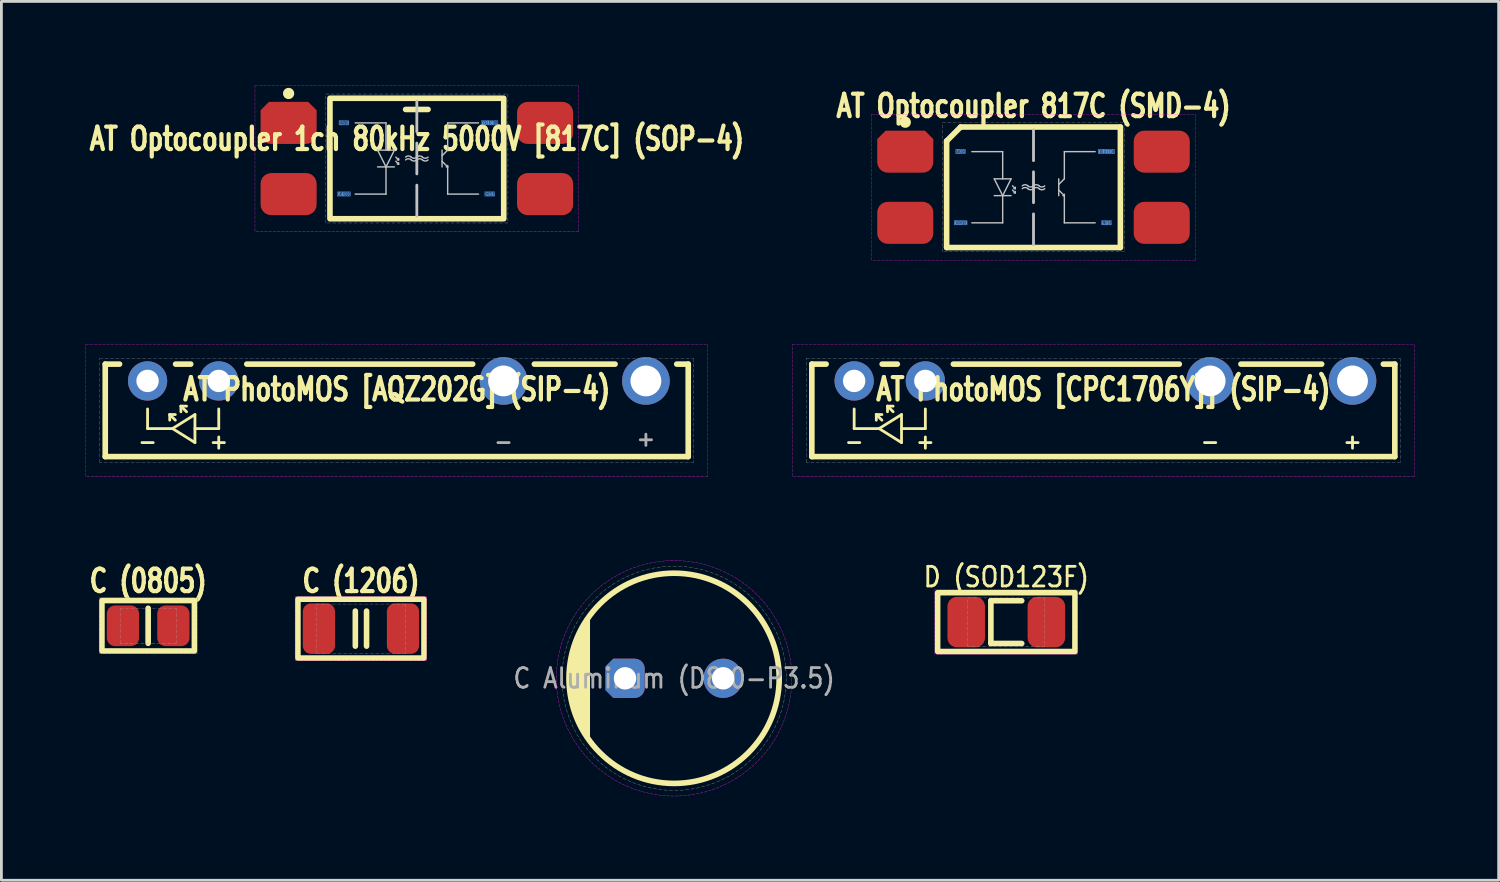
<source format=kicad_pcb>
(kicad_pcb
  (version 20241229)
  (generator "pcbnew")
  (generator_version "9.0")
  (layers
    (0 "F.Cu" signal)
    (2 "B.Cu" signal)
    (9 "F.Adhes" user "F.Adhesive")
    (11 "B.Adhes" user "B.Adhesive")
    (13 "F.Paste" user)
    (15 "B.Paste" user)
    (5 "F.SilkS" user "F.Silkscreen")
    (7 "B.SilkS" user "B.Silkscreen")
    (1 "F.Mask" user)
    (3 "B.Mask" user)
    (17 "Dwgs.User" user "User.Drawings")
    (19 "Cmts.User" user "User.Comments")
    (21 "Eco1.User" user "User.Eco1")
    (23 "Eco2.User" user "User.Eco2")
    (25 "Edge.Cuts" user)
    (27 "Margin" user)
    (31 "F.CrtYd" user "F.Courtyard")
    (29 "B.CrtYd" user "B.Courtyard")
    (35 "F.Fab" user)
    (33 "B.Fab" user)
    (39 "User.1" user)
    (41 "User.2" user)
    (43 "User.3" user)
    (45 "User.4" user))
  (footprint "D (SOD123F)"
    (layer "F.Cu")
    (at 32.853 19.146)
    (property "Reference" "D (SOD123F)" (at 0 -1.2 0) (unlocked yes) (layer "F.SilkS") (effects (font (size 0.7 0.6) (thickness 0.1)) (justify bottom)))
    (attr smd)
    (fp_line (start -0.55 0.762) (end -0.55 -0.762) (stroke (width 0.2) (type default)) (layer "F.SilkS"))
    (fp_line (start 0.55 -0.762) (end -0.55 -0.762) (stroke (width 0.2) (type default)) (layer "F.SilkS"))
    (fp_line (start 0.55 0.762) (end -0.55 0.762) (stroke (width 0.2) (type default)) (layer "F.SilkS"))
    (fp_rect (start -2.45 -1.05) (end 2.45 1.05) (stroke (width 0.2) (type default)) (fill no) (layer "F.SilkS"))
    (fp_rect (start -2.55 -1.15) (end 2.55 1.15) (stroke (width 0.01) (type dash)) (fill no) (layer "F.CrtYd"))
    (fp_rect (start -1.375 -0.863) (end 1.375 0.863) (stroke (width 0.01) (type dash_dot)) (fill no) (layer "F.Fab"))
    (pad "1" smd roundrect (at -1.43 0) (size 1.34 1.8) (layers "F.Cu" "F.Mask" "F.Paste") (roundrect_rratio 0.25))
    (pad "2" smd roundrect (at 1.43 0) (size 1.34 1.8) (layers "F.Cu" "F.Mask" "F.Paste") (roundrect_rratio 0.25)))
  (footprint "C (1206)"
    (layer "F.Cu")
    (at 9.828 19.378)
    (property "Reference" "C (1206)" (at 0 -1.7 0) (layer "F.SilkS") (effects (font (size 0.8 0.6) (thickness 0.15) (bold yes))))
    (attr smd)
    (fp_line (start -0.2 -0.625) (end -0.2 0.625) (stroke (width 0.2) (type default)) (layer "F.SilkS"))
    (fp_line (start 0.2 -0.625) (end 0.2 0.625) (stroke (width 0.2) (type default)) (layer "F.SilkS"))
    (fp_rect (start -2.25 -1.05) (end 2.25 1.05) (stroke (width 0.2) (type default)) (fill no) (layer "F.SilkS"))
    (fp_rect (start -2.35 -1.15) (end 2.35 1.15) (stroke (width 0.01) (type dash)) (fill no) (layer "F.CrtYd"))
    (fp_rect (start -1.6 -0.875) (end 1.6 0.875) (stroke (width 0.01) (type dash_dot)) (fill no) (layer "F.Fab"))
    (pad "1" smd roundrect (at -1.5 0) (size 1.15 1.8) (layers "F.Cu" "F.Mask" "F.Paste") (roundrect_rratio 0.25))
    (pad "2" smd roundrect (at 1.5 0) (size 1.15 1.8) (layers "F.Cu" "F.Mask" "F.Paste") (roundrect_rratio 0.25)))
  (footprint "C (0805)"
    (layer "F.Cu")
    (at 2.236 19.277)
    (property "Reference" "C (0805)" (at 0 -1.6 0) (layer "F.SilkS") (effects (font (size 0.8 0.6) (thickness 0.15) (bold yes))))
    (attr smd)
    (fp_line (start 0 -0.625) (end 0 0.625) (stroke (width 0.2) (type default)) (layer "F.SilkS"))
    (fp_rect (start -1.65 -0.9) (end 1.65 0.9) (stroke (width 0.2) (type default)) (fill no) (layer "F.SilkS"))
    (fp_rect (start -1.75 -1) (end 1.75 1) (stroke (width 0.01) (type dash)) (fill no) (layer "F.CrtYd"))
    (fp_rect (start -1 -0.625) (end 1 0.625) (stroke (width 0.01) (type dash_dot)) (fill no) (layer "F.Fab"))
    (pad "1" smd roundrect (at -0.9 0) (size 1.15 1.45) (layers "F.Cu" "F.Mask" "F.Paste") (roundrect_rratio 0.25))
    (pad "2" smd roundrect (at 0.9 0) (size 1.15 1.45) (layers "F.Cu" "F.Mask" "F.Paste") (roundrect_rratio 0.25)))
  (footprint "AT PhotoMOS [AQZ202G] (SIP-4)"
    (layer "F.Cu")
    (at 11.105 10.541)
    (property "Reference" "AT PhotoMOS [AQZ202G] (SIP-4)" (at 0 0.3 0) (layer "F.SilkS") (effects (font (size 0.8 0.6) (thickness 0.15) (bold yes))))
    (attr through_hole)
    (fp_line (start -10.4 -0.6) (end -10.4 2.7) (stroke (width 0.2) (type solid)) (layer "F.SilkS"))
    (fp_line (start -10.4 -0.6) (end -9.89 -0.6) (stroke (width 0.2) (type solid)) (layer "F.SilkS"))
    (fp_line (start -10.4 2.7) (end 10.4 2.7) (stroke (width 0.2) (type solid)) (layer "F.SilkS"))
    (fp_line (start -8.89 1.7) (end -8.89 1) (stroke (width 0.1) (type solid)) (layer "F.SilkS"))
    (fp_line (start -8.89 1.7) (end -8 1.7) (stroke (width 0.1) (type solid)) (layer "F.SilkS"))
    (fp_line (start -8.69 2.2) (end -9.09 2.2) (stroke (width 0.1) (type solid)) (layer "F.SilkS"))
    (fp_line (start -8.1 1.2) (end -8.1 1.4) (stroke (width 0.1) (type solid)) (layer "F.SilkS"))
    (fp_line (start -8.1 1.2) (end -7.9 1.4) (stroke (width 0.1) (type solid)) (layer "F.SilkS"))
    (fp_line (start -8 1.7) (end -7.2 1.2) (stroke (width 0.1) (type solid)) (layer "F.SilkS"))
    (fp_line (start -8 1.7) (end -7.2 2.2) (stroke (width 0.1) (type solid)) (layer "F.SilkS"))
    (fp_line (start -7.9 1.2) (end -8.1 1.2) (stroke (width 0.1) (type solid)) (layer "F.SilkS"))
    (fp_line (start -7.7 0.9) (end -7.7 1.1) (stroke (width 0.1) (type solid)) (layer "F.SilkS"))
    (fp_line (start -7.7 0.9) (end -7.5 1.1) (stroke (width 0.1) (type solid)) (layer "F.SilkS"))
    (fp_line (start -7.5 0.9) (end -7.7 0.9) (stroke (width 0.1) (type solid)) (layer "F.SilkS"))
    (fp_line (start -7.35 -0.6) (end -7.89 -0.6) (stroke (width 0.2) (type solid)) (layer "F.SilkS"))
    (fp_line (start -7.2 1.7) (end -6.35 1.7) (stroke (width 0.1) (type solid)) (layer "F.SilkS"))
    (fp_line (start -7.2 2.2) (end -7.2 1.2) (stroke (width 0.1) (type solid)) (layer "F.SilkS"))
    (fp_line (start -6.35 1.7) (end -6.35 1) (stroke (width 0.1) (type solid)) (layer "F.SilkS"))
    (fp_line (start -6.35 2.4) (end -6.35 2) (stroke (width 0.1) (type solid)) (layer "F.SilkS"))
    (fp_line (start -6.15 2.2) (end -6.55 2.2) (stroke (width 0.1) (type solid)) (layer "F.SilkS"))
    (fp_line (start -5.35 -0.6) (end 2.71 -0.6) (stroke (width 0.2) (type solid)) (layer "F.SilkS"))
    (fp_line (start 4.91 -0.6) (end 7.79 -0.6) (stroke (width 0.2) (type solid)) (layer "F.SilkS"))
    (fp_line (start 9.99 -0.6) (end 10.4 -0.6) (stroke (width 0.2) (type solid)) (layer "F.SilkS"))
    (fp_line (start 10.4 -0.6) (end 10.4 2.7) (stroke (width 0.2) (type solid)) (layer "F.SilkS"))
    (fp_rect (start -11.1 -1.3) (end 11.1 3.4) (stroke (width 0.01) (type dash)) (fill no) (layer "F.CrtYd"))
    (fp_line (start 4.01 2.2) (end 3.61 2.2) (stroke (width 0.1) (type solid)) (layer "F.Fab"))
    (fp_line (start 8.89 2.3) (end 8.89 1.9) (stroke (width 0.1) (type solid)) (layer "F.Fab"))
    (fp_line (start 9.09 2.1) (end 8.69 2.1) (stroke (width 0.1) (type solid)) (layer "F.Fab"))
    (fp_rect (start -10.6 -0.8) (end 10.6 2.9) (stroke (width 0.01) (type dash_dot)) (fill no) (layer "F.Fab"))
    (pad "1" thru_hole circle (at -8.89 0) (size 1.4 1.4) (drill 0.8) (layers "*.Cu" "*.Mask"))
    (pad "2" thru_hole circle (at -6.35 0) (size 1.4 1.4) (drill 0.8) (layers "*.Cu" "*.Mask"))
    (pad "3" thru_hole circle (at 3.81 0) (size 1.7 1.7) (drill 1.1) (layers "*.Cu" "*.Mask"))
    (pad "4" thru_hole circle (at 8.89 0) (size 1.7 1.7) (drill 1.1) (layers "*.Cu" "*.Mask")))
  (footprint "C Aluminum (D8.0-P3.5)"
    (layer "F.Cu")
    (at 21.001 21.151)
    (property "Reference" "C Aluminum (D8.0-P3.5)" (at 0 0 0) (unlocked yes) (layer "F.Fab") (effects (font (size 0.7 0.6) (thickness 0.1))))
    (attr through_hole)
    (fp_circle (center 0 0) (end 3.75 0) (stroke (width 0.2) (type default)) (fill no) (layer "F.SilkS"))
    (fp_poly (pts (xy -3 -2.2) (xy -3.5 -1.3) (xy -3.75 0) (xy -3.5 1.4) (xy -3 2.2)) (stroke (width 0) (type solid)) (fill yes) (layer "F.SilkS"))
    (fp_circle (center 0 0) (end 4.2 0) (stroke (width 0.01) (type dash)) (fill no) (layer "F.CrtYd"))
    (fp_circle (center 0 0) (end 4 0) (stroke (width 0.01) (type dash_dot)) (fill no) (layer "F.Fab"))
    (fp_text user "-" (at -1.75 -0.7 0) (unlocked yes) (layer "User.7") (effects (font (size 0.13 0.07) (thickness 0.014) (bold yes)) (justify bottom)))
    (fp_text user "+" (at 1.75 -0.7 0) (unlocked yes) (layer "User.7") (effects (font (size 0.13 0.07) (thickness 0.014) (bold yes)) (justify bottom)))
    (pad "1" thru_hole roundrect (at -1.75 0) (size 1.4 1.4) (drill 0.8) (layers "*.Cu" "B.Mask") (roundrect_rratio 0.25) (chamfer_ratio 0.2) (chamfer top_left bottom_left))
    (pad "2" thru_hole circle (at 1.75 0) (size 1.4 1.4) (drill 0.8) (layers "*.Cu" "B.Mask")))
  (footprint "AT PhotoMOS [CPC1706Y]] (SIP-4)"
    (layer "F.Cu")
    (at 36.315 10.541)
    (property "Reference" "AT PhotoMOS [CPC1706Y]] (SIP-4)" (at 0 0.3 0) (layer "F.SilkS") (effects (font (size 0.8 0.6) (thickness 0.15) (bold yes))))
    (attr through_hole)
    (fp_line (start -10.4 -0.6) (end -10.4 2.7) (stroke (width 0.2) (type solid)) (layer "F.SilkS"))
    (fp_line (start -10.4 -0.6) (end -9.89 -0.6) (stroke (width 0.2) (type solid)) (layer "F.SilkS"))
    (fp_line (start -10.4 2.7) (end 10.4 2.7) (stroke (width 0.2) (type solid)) (layer "F.SilkS"))
    (fp_line (start -8.89 1.7) (end -8.89 1) (stroke (width 0.1) (type solid)) (layer "F.SilkS"))
    (fp_line (start -8.89 1.7) (end -8 1.7) (stroke (width 0.1) (type solid)) (layer "F.SilkS"))
    (fp_line (start -8.69 2.2) (end -9.09 2.2) (stroke (width 0.1) (type solid)) (layer "F.SilkS"))
    (fp_line (start -8.1 1.2) (end -8.1 1.4) (stroke (width 0.1) (type solid)) (layer "F.SilkS"))
    (fp_line (start -8.1 1.2) (end -7.9 1.4) (stroke (width 0.1) (type solid)) (layer "F.SilkS"))
    (fp_line (start -8 1.7) (end -7.2 1.2) (stroke (width 0.1) (type solid)) (layer "F.SilkS"))
    (fp_line (start -8 1.7) (end -7.2 2.2) (stroke (width 0.1) (type solid)) (layer "F.SilkS"))
    (fp_line (start -7.9 1.2) (end -8.1 1.2) (stroke (width 0.1) (type solid)) (layer "F.SilkS"))
    (fp_line (start -7.7 0.9) (end -7.7 1.1) (stroke (width 0.1) (type solid)) (layer "F.SilkS"))
    (fp_line (start -7.7 0.9) (end -7.5 1.1) (stroke (width 0.1) (type solid)) (layer "F.SilkS"))
    (fp_line (start -7.5 0.9) (end -7.7 0.9) (stroke (width 0.1) (type solid)) (layer "F.SilkS"))
    (fp_line (start -7.35 -0.6) (end -7.89 -0.6) (stroke (width 0.2) (type solid)) (layer "F.SilkS"))
    (fp_line (start -7.2 1.7) (end -6.35 1.7) (stroke (width 0.1) (type solid)) (layer "F.SilkS"))
    (fp_line (start -7.2 2.2) (end -7.2 1.2) (stroke (width 0.1) (type solid)) (layer "F.SilkS"))
    (fp_line (start -6.35 1.7) (end -6.35 1) (stroke (width 0.1) (type solid)) (layer "F.SilkS"))
    (fp_line (start -6.35 2.4) (end -6.35 2) (stroke (width 0.1) (type solid)) (layer "F.SilkS"))
    (fp_line (start -6.15 2.2) (end -6.55 2.2) (stroke (width 0.1) (type solid)) (layer "F.SilkS"))
    (fp_line (start -5.35 -0.6) (end 2.71 -0.6) (stroke (width 0.2) (type solid)) (layer "F.SilkS"))
    (fp_line (start 4.01 2.2) (end 3.61 2.2) (stroke (width 0.1) (type solid)) (layer "F.SilkS"))
    (fp_line (start 4.91 -0.6) (end 7.79 -0.6) (stroke (width 0.2) (type solid)) (layer "F.SilkS"))
    (fp_line (start 8.89 2.4) (end 8.89 2) (stroke (width 0.1) (type solid)) (layer "F.SilkS"))
    (fp_line (start 9.09 2.2) (end 8.69 2.2) (stroke (width 0.1) (type solid)) (layer "F.SilkS"))
    (fp_line (start 9.99 -0.6) (end 10.4 -0.6) (stroke (width 0.2) (type solid)) (layer "F.SilkS"))
    (fp_line (start 10.4 -0.6) (end 10.4 2.7) (stroke (width 0.2) (type solid)) (layer "F.SilkS"))
    (fp_rect (start -11.1 -1.3) (end 11.1 3.4) (stroke (width 0.01) (type dash)) (fill no) (layer "F.CrtYd"))
    (fp_rect (start -10.6 -0.8) (end 10.6 2.9) (stroke (width 0.01) (type dash_dot)) (fill no) (layer "F.Fab"))
    (pad "1" thru_hole circle (at -8.89 0) (size 1.4 1.4) (drill 0.8) (layers "*.Cu" "*.Mask"))
    (pad "2" thru_hole circle (at -6.35 0) (size 1.4 1.4) (drill 0.8) (layers "*.Cu" "*.Mask"))
    (pad "3" thru_hole circle (at 3.81 0) (size 1.7 1.7) (drill 1.1) (layers "*.Cu" "*.Mask"))
    (pad "4" thru_hole circle (at 8.89 0) (size 1.7 1.7) (drill 1.1) (layers "*.Cu" "*.Mask")))
  (footprint "AT Optocoupler 1ch 80kHz 5000V [817C] (SOP-4)"
    (layer "F.Cu")
    (at 11.822 2.605)
    (property "Reference" "AT Optocoupler 1ch 80kHz 5000V [817C] (SOP-4)" (at 0 -0.7 0) (layer "F.SilkS") (effects (font (size 0.8 0.6) (thickness 0.15))))
    (attr smd)
    (fp_line (start -0.4 -1.75) (end 0.4 -1.75) (stroke (width 0.2) (type default)) (layer "F.SilkS"))
    (fp_rect (start -3.1 -2.15) (end 3.1 2.15) (stroke (width 0.2) (type default)) (fill no) (layer "F.SilkS"))
    (fp_circle (center -4.575 -2.32) (end -4.425 -2.32) (stroke (width 0.1) (type solid)) (fill yes) (layer "F.SilkS"))
    (fp_line (start -2.2 -1.27) (end -1.1 -1.27) (stroke (width 0.05) (type default)) (layer "Dwgs.User"))
    (fp_line (start -2.2 1.27) (end -1.1 1.27) (stroke (width 0.05) (type default)) (layer "Dwgs.User"))
    (fp_line (start -1.4 -0.3) (end -1.1 0.3) (stroke (width 0.05) (type default)) (layer "Dwgs.User"))
    (fp_line (start -1.4 -0.3) (end -0.8 -0.3) (stroke (width 0.05) (type default)) (layer "Dwgs.User"))
    (fp_line (start -1.4 0.3) (end -0.8 0.3) (stroke (width 0.05) (type default)) (layer "Dwgs.User"))
    (fp_line (start -1.1 -1.27) (end -1.1 -0.3) (stroke (width 0.05) (type default)) (layer "Dwgs.User"))
    (fp_line (start -1.1 0.3) (end -1.1 1.27) (stroke (width 0.05) (type default)) (layer "Dwgs.User"))
    (fp_line (start -0.8 -0.3) (end -1.1 0.3) (stroke (width 0.05) (type default)) (layer "Dwgs.User"))
    (fp_line (start -0.75 -0.05) (end -0.65 0.05) (stroke (width 0.05) (type default)) (layer "Dwgs.User"))
    (fp_line (start -0.75 0.1) (end -0.65 0.2) (stroke (width 0.05) (type default)) (layer "Dwgs.User"))
    (fp_line (start -0.7 0.05) (end -0.65 0.05) (stroke (width 0.05) (type default)) (layer "Dwgs.User"))
    (fp_line (start -0.7 0.2) (end -0.65 0.2) (stroke (width 0.05) (type default)) (layer "Dwgs.User"))
    (fp_line (start -0.65 0.05) (end -0.65 0) (stroke (width 0.05) (type default)) (layer "Dwgs.User"))
    (fp_line (start -0.65 0.2) (end -0.65 0.15) (stroke (width 0.05) (type default)) (layer "Dwgs.User"))
    (fp_line (start 0 2.05) (end 0 -2.05) (stroke (width 0.1) (type dash)) (layer "Dwgs.User"))
    (fp_line (start 0.9 -0.3) (end 0.9 0.3) (stroke (width 0.05) (type default)) (layer "Dwgs.User"))
    (fp_line (start 0.9 -0.1) (end 1.1 -0.3) (stroke (width 0.05) (type default)) (layer "Dwgs.User"))
    (fp_line (start 0.9 0.1) (end 1.1 0.3) (stroke (width 0.05) (type default)) (layer "Dwgs.User"))
    (fp_line (start 1.05 0.3) (end 1.1 0.3) (stroke (width 0.05) (type default)) (layer "Dwgs.User"))
    (fp_line (start 1.1 -1.27) (end 1.1 -0.3) (stroke (width 0.05) (type default)) (layer "Dwgs.User"))
    (fp_line (start 1.1 0.3) (end 1.1 0.25) (stroke (width 0.05) (type default)) (layer "Dwgs.User"))
    (fp_line (start 1.1 0.3) (end 1.1 1.27) (stroke (width 0.05) (type default)) (layer "Dwgs.User"))
    (fp_line (start 2.2 -1.27) (end 1.1 -1.27) (stroke (width 0.05) (type default)) (layer "Dwgs.User"))
    (fp_line (start 2.2 1.27) (end 1.1 1.27) (stroke (width 0.05) (type default)) (layer "Dwgs.User"))
    (fp_arc (start -0.4 -0.05) (mid -0.3 -0.091421) (end -0.2 -0.05) (stroke (width 0.05) (type default)) (layer "Dwgs.User"))
    (fp_arc (start -0.4 0.05) (mid -0.3 0.008579) (end -0.2 0.05) (stroke (width 0.05) (type default)) (layer "Dwgs.User"))
    (fp_arc (start 0 -0.05) (mid -0.1 -0.008579) (end -0.2 -0.05) (stroke (width 0.05) (type default)) (layer "Dwgs.User"))
    (fp_arc (start 0 -0.05) (mid 0.1 -0.091421) (end 0.2 -0.05) (stroke (width 0.05) (type default)) (layer "Dwgs.User"))
    (fp_arc (start 0 0.05) (mid -0.1 0.091421) (end -0.2 0.05) (stroke (width 0.05) (type default)) (layer "Dwgs.User"))
    (fp_arc (start 0 0.05) (mid 0.1 0.008579) (end 0.2 0.05) (stroke (width 0.05) (type default)) (layer "Dwgs.User"))
    (fp_arc (start 0.4 -0.05) (mid 0.3 -0.008579) (end 0.2 -0.05) (stroke (width 0.05) (type default)) (layer "Dwgs.User"))
    (fp_arc (start 0.4 0.05) (mid 0.3 0.091421) (end 0.2 0.05) (stroke (width 0.05) (type default)) (layer "Dwgs.User"))
    (fp_rect (start -5.775 -2.6) (end 5.775 2.6) (stroke (width 0.01) (type dash)) (fill no) (layer "F.CrtYd"))
    (fp_rect (start -3.25 -2.3) (end 3.25 2.3) (stroke (width 0.01) (type dash_dot)) (fill no) (layer "F.Fab"))
    (fp_text user "ANODE" (at -2.6 -1.27 0) (layer "Cmts.User" knockout) (effects (font (size 0.13 0.07) (thickness 0.01))))
    (fp_text user "COLLECTOR" (at 2.6 -1.27 0) (layer "Cmts.User" knockout) (effects (font (size 0.13 0.07) (thickness 0.01))))
    (fp_text user "CATHODE" (at -2.6 1.27 0) (layer "Cmts.User" knockout) (effects (font (size 0.13 0.07) (thickness 0.01))))
    (fp_text user "EMITER" (at 2.6 1.27 0) (layer "Cmts.User" knockout) (effects (font (size 0.13 0.07) (thickness 0.01))))
    (pad "1" smd roundrect (at -4.575 -1.27) (size 2 1.5) (layers "F.Cu" "F.Mask" "F.Paste") (roundrect_rratio 0.25) (chamfer_ratio 0.2) (chamfer top_left top_right))
    (pad "2" smd roundrect (at -4.575 1.27) (size 2 1.5) (layers "F.Cu" "F.Mask" "F.Paste") (roundrect_rratio 0.25))
    (pad "3" smd roundrect (at 4.575 1.27) (size 2 1.5) (layers "F.Cu" "F.Mask" "F.Paste") (roundrect_rratio 0.25))
    (pad "4" smd roundrect (at 4.575 -1.27) (size 2 1.5) (layers "F.Cu" "F.Mask" "F.Paste") (roundrect_rratio 0.25)))
  (footprint "AT Optocoupler 817C (SMD-4)"
    (layer "F.Cu")
    (at 33.824 3.631)
    (property "Reference" "AT Optocoupler 817C (SMD-4)" (at 0 -2.9 0) (layer "F.SilkS") (effects (font (size 0.8 0.6) (thickness 0.15))))
    (attr smd)
    (fp_line (start -3.1 -1.65) (end -2.6 -2.15) (stroke (width 0.2) (type default)) (layer "F.SilkS"))
    (fp_line (start -3.1 2.15) (end -3.1 -1.65) (stroke (width 0.2) (type default)) (layer "F.SilkS"))
    (fp_line (start -2.6 -2.15) (end 3.1 -2.15) (stroke (width 0.2) (type default)) (layer "F.SilkS"))
    (fp_line (start 3.1 -2.15) (end 3.1 2.15) (stroke (width 0.2) (type default)) (layer "F.SilkS"))
    (fp_line (start 3.1 2.15) (end -3.1 2.15) (stroke (width 0.2) (type default)) (layer "F.SilkS"))
    (fp_circle (center -4.575 -2.32) (end -4.425 -2.32) (stroke (width 0.1) (type solid)) (fill yes) (layer "F.SilkS"))
    (fp_line (start -2.2 -1.27) (end -1.1 -1.27) (stroke (width 0.05) (type default)) (layer "Dwgs.User"))
    (fp_line (start -2.2 1.27) (end -1.1 1.27) (stroke (width 0.05) (type default)) (layer "Dwgs.User"))
    (fp_line (start -1.4 -0.3) (end -1.1 0.3) (stroke (width 0.05) (type default)) (layer "Dwgs.User"))
    (fp_line (start -1.4 -0.3) (end -0.8 -0.3) (stroke (width 0.05) (type default)) (layer "Dwgs.User"))
    (fp_line (start -1.4 0.3) (end -0.8 0.3) (stroke (width 0.05) (type default)) (layer "Dwgs.User"))
    (fp_line (start -1.1 -1.27) (end -1.1 -0.3) (stroke (width 0.05) (type default)) (layer "Dwgs.User"))
    (fp_line (start -1.1 0.3) (end -1.1 1.27) (stroke (width 0.05) (type default)) (layer "Dwgs.User"))
    (fp_line (start -0.8 -0.3) (end -1.1 0.3) (stroke (width 0.05) (type default)) (layer "Dwgs.User"))
    (fp_line (start -0.75 -0.05) (end -0.65 0.05) (stroke (width 0.05) (type default)) (layer "Dwgs.User"))
    (fp_line (start -0.75 0.1) (end -0.65 0.2) (stroke (width 0.05) (type default)) (layer "Dwgs.User"))
    (fp_line (start -0.7 0.05) (end -0.65 0.05) (stroke (width 0.05) (type default)) (layer "Dwgs.User"))
    (fp_line (start -0.7 0.2) (end -0.65 0.2) (stroke (width 0.05) (type default)) (layer "Dwgs.User"))
    (fp_line (start -0.65 0.05) (end -0.65 0) (stroke (width 0.05) (type default)) (layer "Dwgs.User"))
    (fp_line (start -0.65 0.2) (end -0.65 0.15) (stroke (width 0.05) (type default)) (layer "Dwgs.User"))
    (fp_line (start 0 2.05) (end 0 -2.05) (stroke (width 0.1) (type dash)) (layer "Dwgs.User"))
    (fp_line (start 0.9 -0.3) (end 0.9 0.3) (stroke (width 0.05) (type default)) (layer "Dwgs.User"))
    (fp_line (start 0.9 -0.1) (end 1.1 -0.3) (stroke (width 0.05) (type default)) (layer "Dwgs.User"))
    (fp_line (start 0.9 0.1) (end 1.1 0.3) (stroke (width 0.05) (type default)) (layer "Dwgs.User"))
    (fp_line (start 1.05 0.3) (end 1.1 0.3) (stroke (width 0.05) (type default)) (layer "Dwgs.User"))
    (fp_line (start 1.1 -1.27) (end 1.1 -0.3) (stroke (width 0.05) (type default)) (layer "Dwgs.User"))
    (fp_line (start 1.1 0.3) (end 1.1 0.25) (stroke (width 0.05) (type default)) (layer "Dwgs.User"))
    (fp_line (start 1.1 0.3) (end 1.1 1.27) (stroke (width 0.05) (type default)) (layer "Dwgs.User"))
    (fp_line (start 2.2 -1.27) (end 1.1 -1.27) (stroke (width 0.05) (type default)) (layer "Dwgs.User"))
    (fp_line (start 2.2 1.27) (end 1.1 1.27) (stroke (width 0.05) (type default)) (layer "Dwgs.User"))
    (fp_arc (start -0.4 -0.05) (mid -0.3 -0.091421) (end -0.2 -0.05) (stroke (width 0.05) (type default)) (layer "Dwgs.User"))
    (fp_arc (start -0.4 0.05) (mid -0.3 0.008579) (end -0.2 0.05) (stroke (width 0.05) (type default)) (layer "Dwgs.User"))
    (fp_arc (start 0 -0.05) (mid -0.1 -0.008579) (end -0.2 -0.05) (stroke (width 0.05) (type default)) (layer "Dwgs.User"))
    (fp_arc (start 0 -0.05) (mid 0.1 -0.091421) (end 0.2 -0.05) (stroke (width 0.05) (type default)) (layer "Dwgs.User"))
    (fp_arc (start 0 0.05) (mid -0.1 0.091421) (end -0.2 0.05) (stroke (width 0.05) (type default)) (layer "Dwgs.User"))
    (fp_arc (start 0 0.05) (mid 0.1 0.008579) (end 0.2 0.05) (stroke (width 0.05) (type default)) (layer "Dwgs.User"))
    (fp_arc (start 0.4 -0.05) (mid 0.3 -0.008579) (end 0.2 -0.05) (stroke (width 0.05) (type default)) (layer "Dwgs.User"))
    (fp_arc (start 0.4 0.05) (mid 0.3 0.091421) (end 0.2 0.05) (stroke (width 0.05) (type default)) (layer "Dwgs.User"))
    (fp_rect (start -5.775 -2.6) (end 5.775 2.6) (stroke (width 0.01) (type dash)) (fill no) (layer "F.CrtYd"))
    (fp_rect (start -3.25 -2.3) (end 3.25 2.3) (stroke (width 0.01) (type dash_dot)) (fill no) (layer "F.Fab"))
    (fp_text user "CATHODE" (at -2.6 1.27 0) (layer "Cmts.User" knockout) (effects (font (size 0.13 0.07) (thickness 0.01))))
    (fp_text user "EMITER" (at 2.6 1.27 0) (layer "Cmts.User" knockout) (effects (font (size 0.13 0.07) (thickness 0.01))))
    (fp_text user "ANODE" (at -2.6 -1.27 0) (layer "Cmts.User" knockout) (effects (font (size 0.13 0.07) (thickness 0.01))))
    (fp_text user "COLLECTOR" (at 2.6 -1.27 0) (layer "Cmts.User" knockout) (effects (font (size 0.13 0.07) (thickness 0.01))))
    (pad "1" smd roundrect (at -4.575 -1.27) (size 2 1.5) (layers "F.Cu" "F.Mask" "F.Paste") (roundrect_rratio 0.25) (chamfer_ratio 0.2) (chamfer top_left top_right))
    (pad "2" smd roundrect (at -4.575 1.27) (size 2 1.5) (layers "F.Cu" "F.Mask" "F.Paste") (roundrect_rratio 0.25))
    (pad "3" smd roundrect (at 4.575 1.27) (size 2 1.5) (layers "F.Cu" "F.Mask" "F.Paste") (roundrect_rratio 0.25))
    (pad "4" smd roundrect (at 4.575 -1.27) (size 2 1.5) (layers "F.Cu" "F.Mask" "F.Paste") (roundrect_rratio 0.25)))
  (gr_rect
    (start -3 -3)
    (end 50.42 28.356)
    (stroke (width 0.1) (type default))
    (fill no)
    (layer "Edge.Cuts")))
</source>
